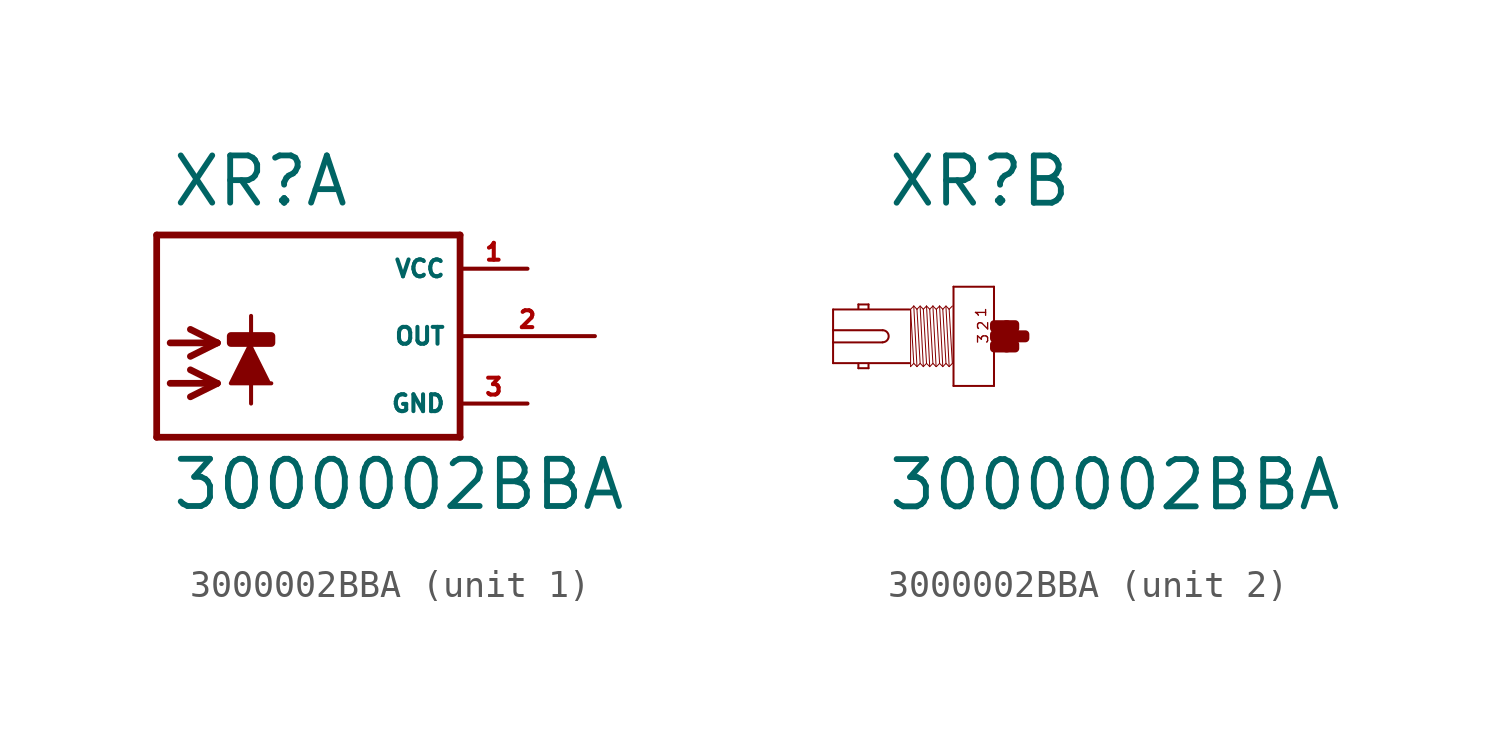
<source format=kicad_sym>
(kicad_symbol_lib
  (version 20220914)
  (generator Eagle2Kicad)
  (symbol "3000002BBA"
    (property "Reference" "XR"
      (at -3.302 4.801 0)
      (effects (font (size 1.778 1.778) (thickness 0.22)) (justify left bottom)))
    (property "Value" "3000002BBA"
      (at -3.302 -6.629 0)
      (effects (font (size 1.778 1.778) (thickness 0.22)) (justify left bottom)))
    (symbol "3000002BBA_1_0"
      (polyline (pts (xy -0.254 -0.254) (xy -1.016 -1.778) (xy 0.508 -1.778)) (stroke (width 0.152) (type default)) (fill (type outline)))
      (polyline (pts (xy -3.302 -0.254) (xy -1.524 -0.254)) (stroke (width 0.254) (type default)) (fill (type none)))
      (polyline (pts (xy -1.524 -0.254) (xy -2.54 -0.762)) (stroke (width 0.254) (type default)) (fill (type none)))
      (polyline (pts (xy -1.524 -0.254) (xy -2.54 0.254)) (stroke (width 0.254) (type default)) (fill (type none)))
      (polyline (pts (xy -3.302 -1.778) (xy -1.524 -1.778)) (stroke (width 0.254) (type default)) (fill (type none)))
      (polyline (pts (xy -1.524 -1.778) (xy -2.54 -2.286)) (stroke (width 0.254) (type default)) (fill (type none)))
      (polyline (pts (xy -1.524 -1.778) (xy -2.54 -1.27)) (stroke (width 0.254) (type default)) (fill (type none)))
      (polyline (pts (xy -0.254 0.762) (xy -0.254 -2.54)) (stroke (width 0.152) (type default)) (fill (type none)))
      (polyline (pts (xy 7.62 3.81) (xy -3.81 3.81)) (stroke (width 0.254) (type default)) (fill (type none)))
      (polyline (pts (xy -3.81 3.81) (xy -3.81 -3.81)) (stroke (width 0.254) (type default)) (fill (type none)))
      (polyline (pts (xy -3.81 -3.81) (xy 7.62 -3.81)) (stroke (width 0.254) (type default)) (fill (type none)))
      (polyline (pts (xy 7.62 -3.81) (xy 7.62 3.81)) (stroke (width 0.254) (type default)) (fill (type none)))
      (rectangle (start -1.016 -0.254) (end 0.508 0) (stroke (width 0.3) (type default)) (fill (type outline)))
      (pin unspecified line (at 10.16 2.54 180) (length 2.54) (name "VCC" (effects (font (size 0.635 0.635) (thickness 0.08)) (justify left bottom))) (number "1" (effects (font (size 0.635 0.635) (thickness 0.08)) (justify left bottom))))
      (pin unspecified line (at 10.16 -2.54 180) (length 2.54) (name "GND" (effects (font (size 0.635 0.635) (thickness 0.08)) (justify left bottom))) (number "3" (effects (font (size 0.635 0.635) (thickness 0.08)) (justify left bottom))))
      (pin output line (at 12.7 0 180) (length 5.08) (name "OUT" (effects (font (size 0.635 0.635) (thickness 0.08)) (justify left bottom))) (number "2" (effects (font (size 0.635 0.635) (thickness 0.08)) (justify left bottom)))))
    (symbol "3000002BBA_2_0"
      (polyline (pts (xy 0.762 1.867) (xy 0.762 -1.867)) (stroke (width 0.076) (type default)) (fill (type none)))
      (polyline (pts (xy 0.762 -1.867) (xy -0.762 -1.867)) (stroke (width 0.076) (type default)) (fill (type none)))
      (polyline (pts (xy -0.762 -1.867) (xy -0.762 1.867)) (stroke (width 0.076) (type default)) (fill (type none)))
      (polyline (pts (xy -0.762 1.867) (xy 0.762 1.867)) (stroke (width 0.076) (type default)) (fill (type none)))
      (polyline (pts (xy -2.419 1.01) (xy -5.296 1.01)) (stroke (width 0.076) (type default)) (fill (type none)))
      (polyline (pts (xy -5.296 1.01) (xy -5.296 0.229)) (stroke (width 0.076) (type default)) (fill (type none)))
      (polyline (pts (xy -5.296 0.229) (xy -5.296 -0.229)) (stroke (width 0.076) (type default)) (fill (type none)))
      (polyline (pts (xy -5.296 -0.229) (xy -5.296 -1.01)) (stroke (width 0.076) (type default)) (fill (type none)))
      (polyline (pts (xy -5.296 -1.01) (xy -2.419 -1.01)) (stroke (width 0.076) (type default)) (fill (type none)))
      (polyline (pts (xy -3.962 -1.029) (xy -3.962 -1.2)) (stroke (width 0.076) (type default)) (fill (type none)))
      (polyline (pts (xy -3.962 -1.2) (xy -4.343 -1.2)) (stroke (width 0.076) (type default)) (fill (type none)))
      (polyline (pts (xy -4.343 -1.2) (xy -4.343 -1.029)) (stroke (width 0.076) (type default)) (fill (type none)))
      (polyline (pts (xy -4.343 1.029) (xy -4.343 1.2)) (stroke (width 0.076) (type default)) (fill (type none)))
      (polyline (pts (xy -4.343 1.2) (xy -3.962 1.2)) (stroke (width 0.076) (type default)) (fill (type none)))
      (polyline (pts (xy -3.962 1.2) (xy -3.962 1.029)) (stroke (width 0.076) (type default)) (fill (type none)))
      (polyline (pts (xy -2.258 1.14) (xy -2.138 -1.14)) (stroke (width 0.038) (type default)) (fill (type none)))
      (polyline (pts (xy -2.018 1.099) (xy -1.898 -1.14)) (stroke (width 0.038) (type default)) (fill (type none)))
      (polyline (pts (xy -1.898 1.02) (xy -1.778 -1.02)) (stroke (width 0.038) (type default)) (fill (type none)))
      (polyline (pts (xy -1.778 1.14) (xy -1.658 -1.14)) (stroke (width 0.038) (type default)) (fill (type none)))
      (polyline (pts (xy -1.538 1.14) (xy -1.418 -1.14)) (stroke (width 0.038) (type default)) (fill (type none)))
      (polyline (pts (xy -2.378 -1.14) (xy -2.378 0.999)) (stroke (width 0.038) (type default)) (fill (type none)))
      (polyline (pts (xy -2.378 -1.14) (xy -2.258 -1.02)) (stroke (width 0.038) (type default)) (fill (type none)))
      (polyline (pts (xy -2.258 -1.02) (xy -2.138 -1.14)) (stroke (width 0.038) (type default)) (fill (type none)))
      (polyline (pts (xy -2.138 -1.14) (xy -2.018 -1.02)) (stroke (width 0.038) (type default)) (fill (type none)))
      (polyline (pts (xy -2.018 -1.02) (xy -1.898 -1.14)) (stroke (width 0.038) (type default)) (fill (type none)))
      (polyline (pts (xy -1.898 -1.14) (xy -1.778 -1.02)) (stroke (width 0.038) (type default)) (fill (type none)))
      (polyline (pts (xy -1.778 -1.02) (xy -1.658 -1.14)) (stroke (width 0.038) (type default)) (fill (type none)))
      (polyline (pts (xy -1.658 -1.14) (xy -1.538 -1.02)) (stroke (width 0.038) (type default)) (fill (type none)))
      (polyline (pts (xy -1.538 -1.02) (xy -1.418 -1.14)) (stroke (width 0.038) (type default)) (fill (type none)))
      (polyline (pts (xy -2.378 1.02) (xy -2.258 1.14)) (stroke (width 0.038) (type default)) (fill (type none)))
      (polyline (pts (xy -2.258 1.14) (xy -2.138 1.02)) (stroke (width 0.038) (type default)) (fill (type none)))
      (polyline (pts (xy -2.138 1.02) (xy -2.018 1.14)) (stroke (width 0.038) (type default)) (fill (type none)))
      (polyline (pts (xy -2.018 1.14) (xy -1.898 1.02)) (stroke (width 0.038) (type default)) (fill (type none)))
      (polyline (pts (xy -1.898 1.02) (xy -1.778 1.14)) (stroke (width 0.038) (type default)) (fill (type none)))
      (polyline (pts (xy -1.778 1.14) (xy -1.658 1.02)) (stroke (width 0.038) (type default)) (fill (type none)))
      (polyline (pts (xy -1.658 1.02) (xy -1.538 1.14)) (stroke (width 0.038) (type default)) (fill (type none)))
      (polyline (pts (xy -1.538 1.14) (xy -1.418 1.02)) (stroke (width 0.038) (type default)) (fill (type none)))
      (polyline (pts (xy -2.138 1.02) (xy -2.018 -1.02)) (stroke (width 0.038) (type default)) (fill (type none)))
      (polyline (pts (xy -1.658 1.02) (xy -1.538 -1.02)) (stroke (width 0.038) (type default)) (fill (type none)))
      (polyline (pts (xy -2.378 1.02) (xy -2.258 -1.02)) (stroke (width 0.038) (type default)) (fill (type none)))
      (polyline (pts (xy -1.286 1.14) (xy -1.166 -1.14)) (stroke (width 0.038) (type default)) (fill (type none)))
      (polyline (pts (xy -1.046 1.099) (xy -0.926 -1.14)) (stroke (width 0.038) (type default)) (fill (type none)))
      (polyline (pts (xy -0.926 1.02) (xy -0.806 -1.02)) (stroke (width 0.038) (type default)) (fill (type none)))
      (polyline (pts (xy -1.406 -1.14) (xy -1.286 -1.02)) (stroke (width 0.038) (type default)) (fill (type none)))
      (polyline (pts (xy -1.286 -1.02) (xy -1.166 -1.14)) (stroke (width 0.038) (type default)) (fill (type none)))
      (polyline (pts (xy -1.166 -1.14) (xy -1.046 -1.02)) (stroke (width 0.038) (type default)) (fill (type none)))
      (polyline (pts (xy -1.046 -1.02) (xy -0.926 -1.14)) (stroke (width 0.038) (type default)) (fill (type none)))
      (polyline (pts (xy -0.926 -1.14) (xy -0.806 -1.02)) (stroke (width 0.038) (type default)) (fill (type none)))
      (polyline (pts (xy -1.406 1.02) (xy -1.286 1.14)) (stroke (width 0.038) (type default)) (fill (type none)))
      (polyline (pts (xy -1.286 1.14) (xy -1.166 1.02)) (stroke (width 0.038) (type default)) (fill (type none)))
      (polyline (pts (xy -1.166 1.02) (xy -1.046 1.14)) (stroke (width 0.038) (type default)) (fill (type none)))
      (polyline (pts (xy -1.046 1.14) (xy -0.926 1.02)) (stroke (width 0.038) (type default)) (fill (type none)))
      (polyline (pts (xy -0.926 1.02) (xy -0.806 1.14)) (stroke (width 0.038) (type default)) (fill (type none)))
      (polyline (pts (xy -1.166 1.02) (xy -1.046 -1.02)) (stroke (width 0.038) (type default)) (fill (type none)))
      (polyline (pts (xy -1.406 1.02) (xy -1.286 -1.02)) (stroke (width 0.038) (type default)) (fill (type none)))
      (polyline (pts (xy -5.296 -0.229) (xy -3.429 -0.229)) (stroke (width 0.076) (type default)) (fill (type none)))
      (polyline (pts (xy -3.429 0.229) (xy -5.296 0.229)) (stroke (width 0.076) (type default)) (fill (type none)))
      (arc (start -3.429 -0.2286) (mid -3.200 0.000) (end -3.429 0.2286) (stroke (width 0.0762) (type default)) (fill (type none)))
      (text "1" (at 0.495 0.686 1800) (effects (font (size 0.381 0.381) (thickness 0.05)) (justify left bottom)))
      (text "3" (at 0.572 -0.305 1800) (effects (font (size 0.381 0.381) (thickness 0.05)) (justify left bottom)))
      (text "2" (at 0.572 0.191 1800) (effects (font (size 0.381 0.381) (thickness 0.05)) (justify left bottom)))
      (rectangle (start 0.762 -0.457) (end 1.257 -0.305) (stroke (width 0.3) (type default)) (fill (type outline)))
      (rectangle (start 0.762 -0.076) (end 1.638 0.076) (stroke (width 0.3) (type default)) (fill (type outline)))
      (rectangle (start 1.219 -0.457) (end 1.562 -0.305) (stroke (width 0.3) (type default)) (fill (type outline)))
      (rectangle (start 1.6 -0.076) (end 1.943 0.076) (stroke (width 0.3) (type default)) (fill (type outline)))
      (rectangle (start 1.219 0.305) (end 1.562 0.457) (stroke (width 0.3) (type default)) (fill (type outline)))
      (rectangle (start 0.762 0.305) (end 1.257 0.457) (stroke (width 0.3) (type default)) (fill (type outline))))))
</source>
